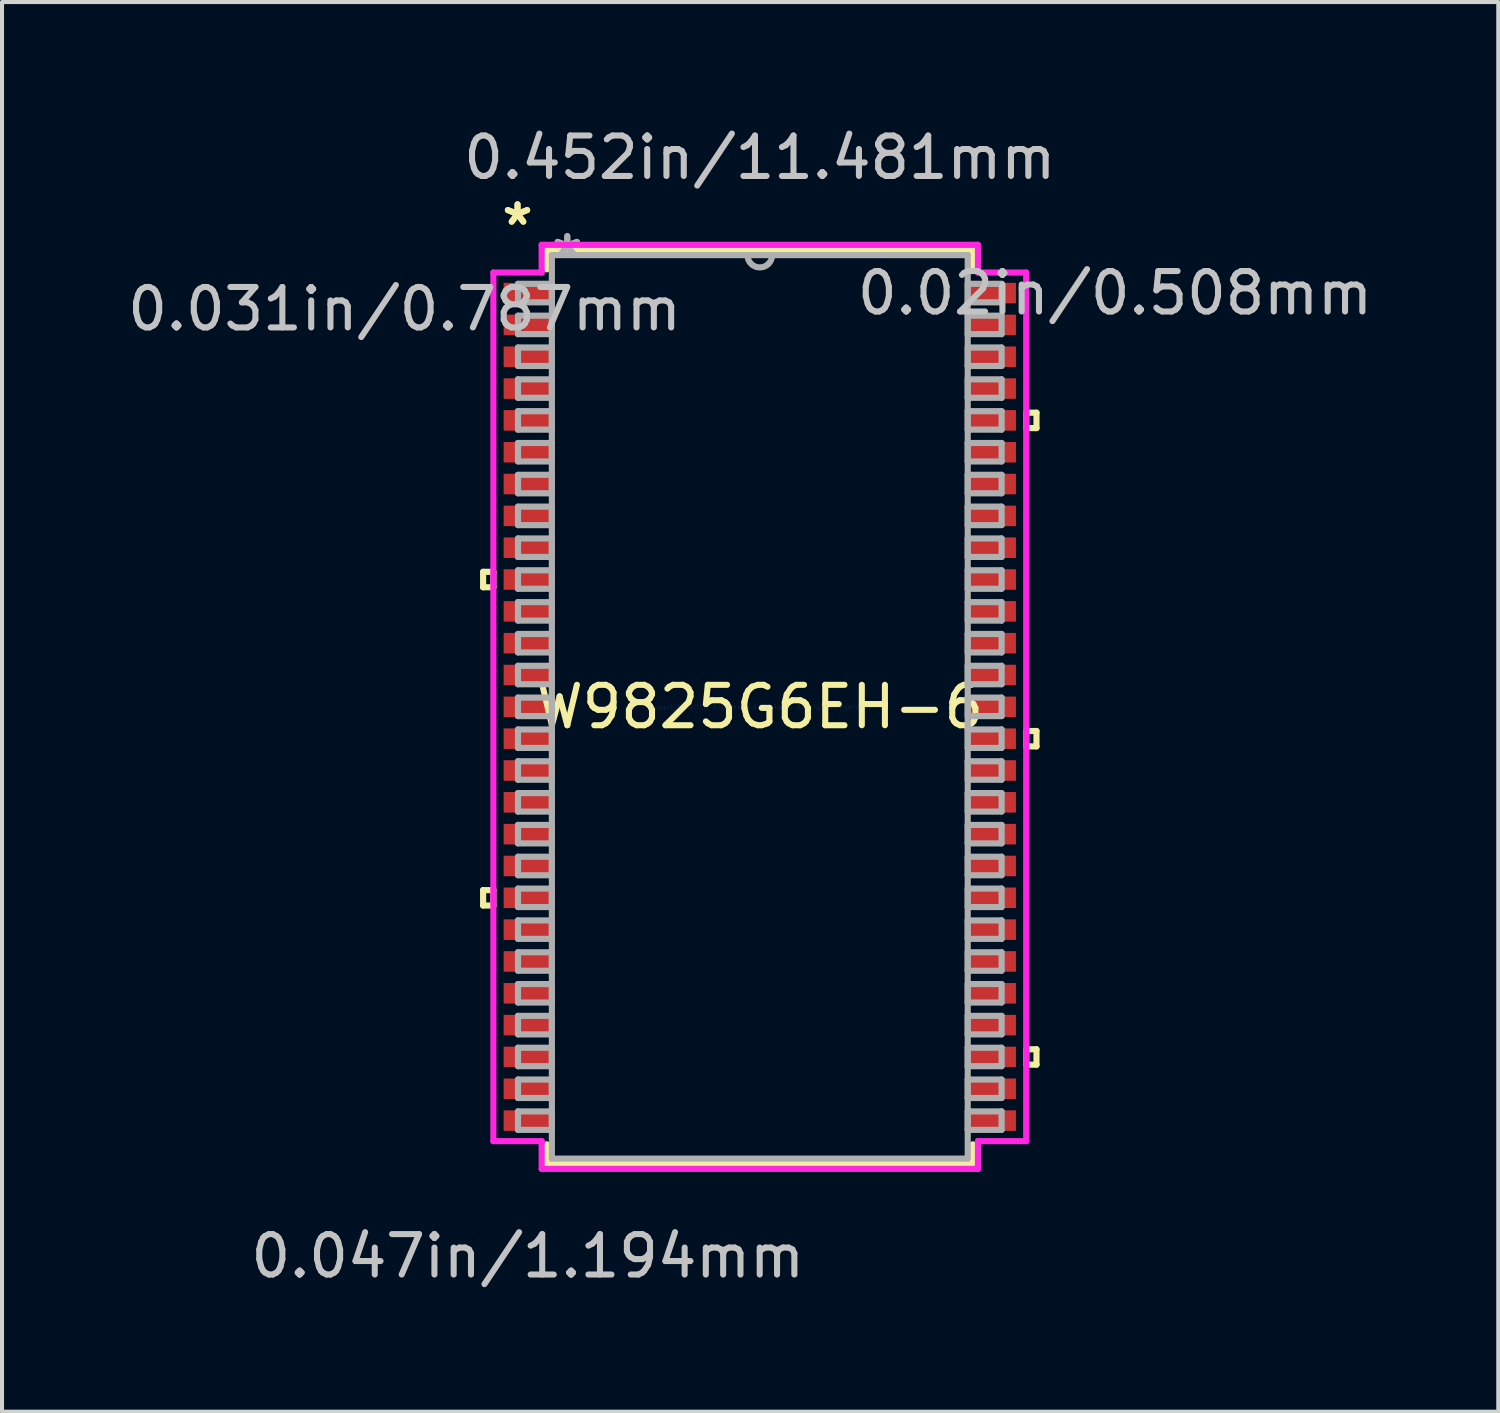
<source format=kicad_pcb>
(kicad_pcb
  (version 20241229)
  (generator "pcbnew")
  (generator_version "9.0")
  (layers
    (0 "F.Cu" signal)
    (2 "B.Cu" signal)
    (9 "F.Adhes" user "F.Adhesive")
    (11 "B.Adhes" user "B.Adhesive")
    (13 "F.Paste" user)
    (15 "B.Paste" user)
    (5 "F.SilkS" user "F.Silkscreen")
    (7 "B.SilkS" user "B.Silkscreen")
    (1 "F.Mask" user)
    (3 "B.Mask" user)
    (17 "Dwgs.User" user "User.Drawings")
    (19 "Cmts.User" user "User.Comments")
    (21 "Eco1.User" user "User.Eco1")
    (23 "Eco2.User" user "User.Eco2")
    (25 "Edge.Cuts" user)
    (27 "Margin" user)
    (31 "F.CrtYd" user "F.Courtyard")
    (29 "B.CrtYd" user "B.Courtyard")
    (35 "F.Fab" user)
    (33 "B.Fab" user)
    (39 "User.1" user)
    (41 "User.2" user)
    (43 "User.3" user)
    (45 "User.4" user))
  (footprint "W9825G6EH-6"
    (layer "F.Cu")
    (at 15.747 14.437)
    (property "Reference" "W9825G6EH-6" (at 0 0 0) (layer "F.SilkS") (effects (font (size 1 1) (thickness 0.15))))
    (attr through_hole)
    (fp_line (start -6.845 -3.34) (end -6.845 -2.959) (stroke (width 0.152) (type solid)) (layer "F.SilkS"))
    (fp_line (start -6.845 -2.959) (end -6.591 -2.959) (stroke (width 0.152) (type solid)) (layer "F.SilkS"))
    (fp_line (start -6.845 4.534) (end -6.845 4.915) (stroke (width 0.152) (type solid)) (layer "F.SilkS"))
    (fp_line (start -6.845 4.915) (end -6.591 4.915) (stroke (width 0.152) (type solid)) (layer "F.SilkS"))
    (fp_line (start -6.591 -3.34) (end -6.845 -3.34) (stroke (width 0.152) (type solid)) (layer "F.SilkS"))
    (fp_line (start -6.591 -2.959) (end -6.591 -3.34) (stroke (width 0.152) (type solid)) (layer "F.SilkS"))
    (fp_line (start -6.591 4.534) (end -6.845 4.534) (stroke (width 0.152) (type solid)) (layer "F.SilkS"))
    (fp_line (start -6.591 4.915) (end -6.591 4.534) (stroke (width 0.152) (type solid)) (layer "F.SilkS"))
    (fp_line (start -5.271 -11.303) (end -5.271 -10.823) (stroke (width 0.152) (type solid)) (layer "F.SilkS"))
    (fp_line (start -5.271 10.823) (end -5.271 11.303) (stroke (width 0.152) (type solid)) (layer "F.SilkS"))
    (fp_line (start -5.271 11.303) (end 5.271 11.303) (stroke (width 0.152) (type solid)) (layer "F.SilkS"))
    (fp_line (start 5.271 -11.303) (end -5.271 -11.303) (stroke (width 0.152) (type solid)) (layer "F.SilkS"))
    (fp_line (start 5.271 -10.823) (end 5.271 -11.303) (stroke (width 0.152) (type solid)) (layer "F.SilkS"))
    (fp_line (start 5.271 11.303) (end 5.271 10.823) (stroke (width 0.152) (type solid)) (layer "F.SilkS"))
    (fp_line (start 6.591 -7.277) (end 6.845 -7.277) (stroke (width 0.152) (type solid)) (layer "F.SilkS"))
    (fp_line (start 6.591 -6.896) (end 6.591 -7.277) (stroke (width 0.152) (type solid)) (layer "F.SilkS"))
    (fp_line (start 6.591 0.597) (end 6.845 0.597) (stroke (width 0.152) (type solid)) (layer "F.SilkS"))
    (fp_line (start 6.591 0.978) (end 6.591 0.597) (stroke (width 0.152) (type solid)) (layer "F.SilkS"))
    (fp_line (start 6.591 8.471) (end 6.845 8.471) (stroke (width 0.152) (type solid)) (layer "F.SilkS"))
    (fp_line (start 6.591 8.852) (end 6.591 8.471) (stroke (width 0.152) (type solid)) (layer "F.SilkS"))
    (fp_line (start 6.845 -7.277) (end 6.845 -6.896) (stroke (width 0.152) (type solid)) (layer "F.SilkS"))
    (fp_line (start 6.845 -6.896) (end 6.591 -6.896) (stroke (width 0.152) (type solid)) (layer "F.SilkS"))
    (fp_line (start 6.845 0.597) (end 6.845 0.978) (stroke (width 0.152) (type solid)) (layer "F.SilkS"))
    (fp_line (start 6.845 0.978) (end 6.591 0.978) (stroke (width 0.152) (type solid)) (layer "F.SilkS"))
    (fp_line (start 6.845 8.471) (end 6.845 8.852) (stroke (width 0.152) (type solid)) (layer "F.SilkS"))
    (fp_line (start 6.845 8.852) (end 6.591 8.852) (stroke (width 0.152) (type solid)) (layer "F.SilkS"))
    (fp_line (start -6.591 -10.744) (end -5.397 -10.744) (stroke (width 0.152) (type solid)) (layer "F.CrtYd"))
    (fp_line (start -6.591 10.744) (end -6.591 -10.744) (stroke (width 0.152) (type solid)) (layer "F.CrtYd"))
    (fp_line (start -5.397 -11.43) (end 5.397 -11.43) (stroke (width 0.152) (type solid)) (layer "F.CrtYd"))
    (fp_line (start -5.397 -10.744) (end -5.397 -11.43) (stroke (width 0.152) (type solid)) (layer "F.CrtYd"))
    (fp_line (start -5.397 10.744) (end -6.591 10.744) (stroke (width 0.152) (type solid)) (layer "F.CrtYd"))
    (fp_line (start -5.397 11.43) (end -5.397 10.744) (stroke (width 0.152) (type solid)) (layer "F.CrtYd"))
    (fp_line (start 5.397 -11.43) (end 5.397 -10.744) (stroke (width 0.152) (type solid)) (layer "F.CrtYd"))
    (fp_line (start 5.397 -10.744) (end 6.591 -10.744) (stroke (width 0.152) (type solid)) (layer "F.CrtYd"))
    (fp_line (start 5.397 10.744) (end 5.397 11.43) (stroke (width 0.152) (type solid)) (layer "F.CrtYd"))
    (fp_line (start 5.397 11.43) (end -5.397 11.43) (stroke (width 0.152) (type solid)) (layer "F.CrtYd"))
    (fp_line (start 6.591 -10.744) (end 6.591 10.744) (stroke (width 0.152) (type solid)) (layer "F.CrtYd"))
    (fp_line (start 6.591 10.744) (end 5.397 10.744) (stroke (width 0.152) (type solid)) (layer "F.CrtYd"))
    (fp_line (start -5.982 -10.465) (end -5.982 -10.008) (stroke (width 0.152) (type solid)) (layer "F.Fab"))
    (fp_line (start -5.982 -10.008) (end -5.144 -10.008) (stroke (width 0.152) (type solid)) (layer "F.Fab"))
    (fp_line (start -5.982 -9.677) (end -5.982 -9.22) (stroke (width 0.152) (type solid)) (layer "F.Fab"))
    (fp_line (start -5.982 -9.22) (end -5.144 -9.22) (stroke (width 0.152) (type solid)) (layer "F.Fab"))
    (fp_line (start -5.982 -8.89) (end -5.982 -8.433) (stroke (width 0.152) (type solid)) (layer "F.Fab"))
    (fp_line (start -5.982 -8.433) (end -5.144 -8.433) (stroke (width 0.152) (type solid)) (layer "F.Fab"))
    (fp_line (start -5.982 -8.103) (end -5.982 -7.645) (stroke (width 0.152) (type solid)) (layer "F.Fab"))
    (fp_line (start -5.982 -7.645) (end -5.144 -7.645) (stroke (width 0.152) (type solid)) (layer "F.Fab"))
    (fp_line (start -5.982 -7.315) (end -5.982 -6.858) (stroke (width 0.152) (type solid)) (layer "F.Fab"))
    (fp_line (start -5.982 -6.858) (end -5.144 -6.858) (stroke (width 0.152) (type solid)) (layer "F.Fab"))
    (fp_line (start -5.982 -6.528) (end -5.982 -6.071) (stroke (width 0.152) (type solid)) (layer "F.Fab"))
    (fp_line (start -5.982 -6.071) (end -5.144 -6.071) (stroke (width 0.152) (type solid)) (layer "F.Fab"))
    (fp_line (start -5.982 -5.74) (end -5.982 -5.283) (stroke (width 0.152) (type solid)) (layer "F.Fab"))
    (fp_line (start -5.982 -5.283) (end -5.144 -5.283) (stroke (width 0.152) (type solid)) (layer "F.Fab"))
    (fp_line (start -5.982 -4.953) (end -5.982 -4.496) (stroke (width 0.152) (type solid)) (layer "F.Fab"))
    (fp_line (start -5.982 -4.496) (end -5.144 -4.496) (stroke (width 0.152) (type solid)) (layer "F.Fab"))
    (fp_line (start -5.982 -4.166) (end -5.982 -3.708) (stroke (width 0.152) (type solid)) (layer "F.Fab"))
    (fp_line (start -5.982 -3.708) (end -5.144 -3.708) (stroke (width 0.152) (type solid)) (layer "F.Fab"))
    (fp_line (start -5.982 -3.378) (end -5.982 -2.921) (stroke (width 0.152) (type solid)) (layer "F.Fab"))
    (fp_line (start -5.982 -2.921) (end -5.144 -2.921) (stroke (width 0.152) (type solid)) (layer "F.Fab"))
    (fp_line (start -5.982 -2.591) (end -5.982 -2.134) (stroke (width 0.152) (type solid)) (layer "F.Fab"))
    (fp_line (start -5.982 -2.134) (end -5.144 -2.134) (stroke (width 0.152) (type solid)) (layer "F.Fab"))
    (fp_line (start -5.982 -1.803) (end -5.982 -1.346) (stroke (width 0.152) (type solid)) (layer "F.Fab"))
    (fp_line (start -5.982 -1.346) (end -5.144 -1.346) (stroke (width 0.152) (type solid)) (layer "F.Fab"))
    (fp_line (start -5.982 -1.016) (end -5.982 -0.559) (stroke (width 0.152) (type solid)) (layer "F.Fab"))
    (fp_line (start -5.982 -0.559) (end -5.144 -0.559) (stroke (width 0.152) (type solid)) (layer "F.Fab"))
    (fp_line (start -5.982 -0.229) (end -5.982 0.229) (stroke (width 0.152) (type solid)) (layer "F.Fab"))
    (fp_line (start -5.982 0.229) (end -5.144 0.229) (stroke (width 0.152) (type solid)) (layer "F.Fab"))
    (fp_line (start -5.982 0.559) (end -5.982 1.016) (stroke (width 0.152) (type solid)) (layer "F.Fab"))
    (fp_line (start -5.982 1.016) (end -5.144 1.016) (stroke (width 0.152) (type solid)) (layer "F.Fab"))
    (fp_line (start -5.982 1.346) (end -5.982 1.803) (stroke (width 0.152) (type solid)) (layer "F.Fab"))
    (fp_line (start -5.982 1.803) (end -5.144 1.803) (stroke (width 0.152) (type solid)) (layer "F.Fab"))
    (fp_line (start -5.982 2.134) (end -5.982 2.591) (stroke (width 0.152) (type solid)) (layer "F.Fab"))
    (fp_line (start -5.982 2.591) (end -5.144 2.591) (stroke (width 0.152) (type solid)) (layer "F.Fab"))
    (fp_line (start -5.982 2.921) (end -5.982 3.378) (stroke (width 0.152) (type solid)) (layer "F.Fab"))
    (fp_line (start -5.982 3.378) (end -5.144 3.378) (stroke (width 0.152) (type solid)) (layer "F.Fab"))
    (fp_line (start -5.982 3.708) (end -5.982 4.166) (stroke (width 0.152) (type solid)) (layer "F.Fab"))
    (fp_line (start -5.982 4.166) (end -5.144 4.166) (stroke (width 0.152) (type solid)) (layer "F.Fab"))
    (fp_line (start -5.982 4.496) (end -5.982 4.953) (stroke (width 0.152) (type solid)) (layer "F.Fab"))
    (fp_line (start -5.982 4.953) (end -5.144 4.953) (stroke (width 0.152) (type solid)) (layer "F.Fab"))
    (fp_line (start -5.982 5.283) (end -5.982 5.74) (stroke (width 0.152) (type solid)) (layer "F.Fab"))
    (fp_line (start -5.982 5.74) (end -5.144 5.74) (stroke (width 0.152) (type solid)) (layer "F.Fab"))
    (fp_line (start -5.982 6.071) (end -5.982 6.528) (stroke (width 0.152) (type solid)) (layer "F.Fab"))
    (fp_line (start -5.982 6.528) (end -5.144 6.528) (stroke (width 0.152) (type solid)) (layer "F.Fab"))
    (fp_line (start -5.982 6.858) (end -5.982 7.315) (stroke (width 0.152) (type solid)) (layer "F.Fab"))
    (fp_line (start -5.982 7.315) (end -5.144 7.315) (stroke (width 0.152) (type solid)) (layer "F.Fab"))
    (fp_line (start -5.982 7.645) (end -5.982 8.103) (stroke (width 0.152) (type solid)) (layer "F.Fab"))
    (fp_line (start -5.982 8.103) (end -5.144 8.103) (stroke (width 0.152) (type solid)) (layer "F.Fab"))
    (fp_line (start -5.982 8.433) (end -5.982 8.89) (stroke (width 0.152) (type solid)) (layer "F.Fab"))
    (fp_line (start -5.982 8.89) (end -5.144 8.89) (stroke (width 0.152) (type solid)) (layer "F.Fab"))
    (fp_line (start -5.982 9.22) (end -5.982 9.677) (stroke (width 0.152) (type solid)) (layer "F.Fab"))
    (fp_line (start -5.982 9.677) (end -5.144 9.677) (stroke (width 0.152) (type solid)) (layer "F.Fab"))
    (fp_line (start -5.982 10.008) (end -5.982 10.465) (stroke (width 0.152) (type solid)) (layer "F.Fab"))
    (fp_line (start -5.982 10.465) (end -5.144 10.465) (stroke (width 0.152) (type solid)) (layer "F.Fab"))
    (fp_line (start -5.144 -11.176) (end -5.144 11.176) (stroke (width 0.152) (type solid)) (layer "F.Fab"))
    (fp_line (start -5.144 -10.465) (end -5.982 -10.465) (stroke (width 0.152) (type solid)) (layer "F.Fab"))
    (fp_line (start -5.144 -10.008) (end -5.144 -10.465) (stroke (width 0.152) (type solid)) (layer "F.Fab"))
    (fp_line (start -5.144 -9.677) (end -5.982 -9.677) (stroke (width 0.152) (type solid)) (layer "F.Fab"))
    (fp_line (start -5.144 -9.22) (end -5.144 -9.677) (stroke (width 0.152) (type solid)) (layer "F.Fab"))
    (fp_line (start -5.144 -8.89) (end -5.982 -8.89) (stroke (width 0.152) (type solid)) (layer "F.Fab"))
    (fp_line (start -5.144 -8.433) (end -5.144 -8.89) (stroke (width 0.152) (type solid)) (layer "F.Fab"))
    (fp_line (start -5.144 -8.103) (end -5.982 -8.103) (stroke (width 0.152) (type solid)) (layer "F.Fab"))
    (fp_line (start -5.144 -7.645) (end -5.144 -8.103) (stroke (width 0.152) (type solid)) (layer "F.Fab"))
    (fp_line (start -5.144 -7.315) (end -5.982 -7.315) (stroke (width 0.152) (type solid)) (layer "F.Fab"))
    (fp_line (start -5.144 -6.858) (end -5.144 -7.315) (stroke (width 0.152) (type solid)) (layer "F.Fab"))
    (fp_line (start -5.144 -6.528) (end -5.982 -6.528) (stroke (width 0.152) (type solid)) (layer "F.Fab"))
    (fp_line (start -5.144 -6.071) (end -5.144 -6.528) (stroke (width 0.152) (type solid)) (layer "F.Fab"))
    (fp_line (start -5.144 -5.74) (end -5.982 -5.74) (stroke (width 0.152) (type solid)) (layer "F.Fab"))
    (fp_line (start -5.144 -5.283) (end -5.144 -5.74) (stroke (width 0.152) (type solid)) (layer "F.Fab"))
    (fp_line (start -5.144 -4.953) (end -5.982 -4.953) (stroke (width 0.152) (type solid)) (layer "F.Fab"))
    (fp_line (start -5.144 -4.496) (end -5.144 -4.953) (stroke (width 0.152) (type solid)) (layer "F.Fab"))
    (fp_line (start -5.144 -4.166) (end -5.982 -4.166) (stroke (width 0.152) (type solid)) (layer "F.Fab"))
    (fp_line (start -5.144 -3.708) (end -5.144 -4.166) (stroke (width 0.152) (type solid)) (layer "F.Fab"))
    (fp_line (start -5.144 -3.378) (end -5.982 -3.378) (stroke (width 0.152) (type solid)) (layer "F.Fab"))
    (fp_line (start -5.144 -2.921) (end -5.144 -3.378) (stroke (width 0.152) (type solid)) (layer "F.Fab"))
    (fp_line (start -5.144 -2.591) (end -5.982 -2.591) (stroke (width 0.152) (type solid)) (layer "F.Fab"))
    (fp_line (start -5.144 -2.134) (end -5.144 -2.591) (stroke (width 0.152) (type solid)) (layer "F.Fab"))
    (fp_line (start -5.144 -1.803) (end -5.982 -1.803) (stroke (width 0.152) (type solid)) (layer "F.Fab"))
    (fp_line (start -5.144 -1.346) (end -5.144 -1.803) (stroke (width 0.152) (type solid)) (layer "F.Fab"))
    (fp_line (start -5.144 -1.016) (end -5.982 -1.016) (stroke (width 0.152) (type solid)) (layer "F.Fab"))
    (fp_line (start -5.144 -0.559) (end -5.144 -1.016) (stroke (width 0.152) (type solid)) (layer "F.Fab"))
    (fp_line (start -5.144 -0.229) (end -5.982 -0.229) (stroke (width 0.152) (type solid)) (layer "F.Fab"))
    (fp_line (start -5.144 0.229) (end -5.144 -0.229) (stroke (width 0.152) (type solid)) (layer "F.Fab"))
    (fp_line (start -5.144 0.559) (end -5.982 0.559) (stroke (width 0.152) (type solid)) (layer "F.Fab"))
    (fp_line (start -5.144 1.016) (end -5.144 0.559) (stroke (width 0.152) (type solid)) (layer "F.Fab"))
    (fp_line (start -5.144 1.346) (end -5.982 1.346) (stroke (width 0.152) (type solid)) (layer "F.Fab"))
    (fp_line (start -5.144 1.803) (end -5.144 1.346) (stroke (width 0.152) (type solid)) (layer "F.Fab"))
    (fp_line (start -5.144 2.134) (end -5.982 2.134) (stroke (width 0.152) (type solid)) (layer "F.Fab"))
    (fp_line (start -5.144 2.591) (end -5.144 2.134) (stroke (width 0.152) (type solid)) (layer "F.Fab"))
    (fp_line (start -5.144 2.921) (end -5.982 2.921) (stroke (width 0.152) (type solid)) (layer "F.Fab"))
    (fp_line (start -5.144 3.378) (end -5.144 2.921) (stroke (width 0.152) (type solid)) (layer "F.Fab"))
    (fp_line (start -5.144 3.708) (end -5.982 3.708) (stroke (width 0.152) (type solid)) (layer "F.Fab"))
    (fp_line (start -5.144 4.166) (end -5.144 3.708) (stroke (width 0.152) (type solid)) (layer "F.Fab"))
    (fp_line (start -5.144 4.496) (end -5.982 4.496) (stroke (width 0.152) (type solid)) (layer "F.Fab"))
    (fp_line (start -5.144 4.953) (end -5.144 4.496) (stroke (width 0.152) (type solid)) (layer "F.Fab"))
    (fp_line (start -5.144 5.283) (end -5.982 5.283) (stroke (width 0.152) (type solid)) (layer "F.Fab"))
    (fp_line (start -5.144 5.74) (end -5.144 5.283) (stroke (width 0.152) (type solid)) (layer "F.Fab"))
    (fp_line (start -5.144 6.071) (end -5.982 6.071) (stroke (width 0.152) (type solid)) (layer "F.Fab"))
    (fp_line (start -5.144 6.528) (end -5.144 6.071) (stroke (width 0.152) (type solid)) (layer "F.Fab"))
    (fp_line (start -5.144 6.858) (end -5.982 6.858) (stroke (width 0.152) (type solid)) (layer "F.Fab"))
    (fp_line (start -5.144 7.315) (end -5.144 6.858) (stroke (width 0.152) (type solid)) (layer "F.Fab"))
    (fp_line (start -5.144 7.645) (end -5.982 7.645) (stroke (width 0.152) (type solid)) (layer "F.Fab"))
    (fp_line (start -5.144 8.103) (end -5.144 7.645) (stroke (width 0.152) (type solid)) (layer "F.Fab"))
    (fp_line (start -5.144 8.433) (end -5.982 8.433) (stroke (width 0.152) (type solid)) (layer "F.Fab"))
    (fp_line (start -5.144 8.89) (end -5.144 8.433) (stroke (width 0.152) (type solid)) (layer "F.Fab"))
    (fp_line (start -5.144 9.22) (end -5.982 9.22) (stroke (width 0.152) (type solid)) (layer "F.Fab"))
    (fp_line (start -5.144 9.677) (end -5.144 9.22) (stroke (width 0.152) (type solid)) (layer "F.Fab"))
    (fp_line (start -5.144 10.008) (end -5.982 10.008) (stroke (width 0.152) (type solid)) (layer "F.Fab"))
    (fp_line (start -5.144 10.465) (end -5.144 10.008) (stroke (width 0.152) (type solid)) (layer "F.Fab"))
    (fp_line (start -5.144 11.176) (end 5.144 11.176) (stroke (width 0.152) (type solid)) (layer "F.Fab"))
    (fp_line (start 5.144 -11.176) (end -5.144 -11.176) (stroke (width 0.152) (type solid)) (layer "F.Fab"))
    (fp_line (start 5.144 -10.465) (end 5.144 -10.008) (stroke (width 0.152) (type solid)) (layer "F.Fab"))
    (fp_line (start 5.144 -10.008) (end 5.982 -10.008) (stroke (width 0.152) (type solid)) (layer "F.Fab"))
    (fp_line (start 5.144 -9.677) (end 5.144 -9.22) (stroke (width 0.152) (type solid)) (layer "F.Fab"))
    (fp_line (start 5.144 -9.22) (end 5.982 -9.22) (stroke (width 0.152) (type solid)) (layer "F.Fab"))
    (fp_line (start 5.144 -8.89) (end 5.144 -8.433) (stroke (width 0.152) (type solid)) (layer "F.Fab"))
    (fp_line (start 5.144 -8.433) (end 5.982 -8.433) (stroke (width 0.152) (type solid)) (layer "F.Fab"))
    (fp_line (start 5.144 -8.103) (end 5.144 -7.645) (stroke (width 0.152) (type solid)) (layer "F.Fab"))
    (fp_line (start 5.144 -7.645) (end 5.982 -7.645) (stroke (width 0.152) (type solid)) (layer "F.Fab"))
    (fp_line (start 5.144 -7.315) (end 5.144 -6.858) (stroke (width 0.152) (type solid)) (layer "F.Fab"))
    (fp_line (start 5.144 -6.858) (end 5.982 -6.858) (stroke (width 0.152) (type solid)) (layer "F.Fab"))
    (fp_line (start 5.144 -6.528) (end 5.144 -6.071) (stroke (width 0.152) (type solid)) (layer "F.Fab"))
    (fp_line (start 5.144 -6.071) (end 5.982 -6.071) (stroke (width 0.152) (type solid)) (layer "F.Fab"))
    (fp_line (start 5.144 -5.74) (end 5.144 -5.283) (stroke (width 0.152) (type solid)) (layer "F.Fab"))
    (fp_line (start 5.144 -5.283) (end 5.982 -5.283) (stroke (width 0.152) (type solid)) (layer "F.Fab"))
    (fp_line (start 5.144 -4.953) (end 5.144 -4.496) (stroke (width 0.152) (type solid)) (layer "F.Fab"))
    (fp_line (start 5.144 -4.496) (end 5.982 -4.496) (stroke (width 0.152) (type solid)) (layer "F.Fab"))
    (fp_line (start 5.144 -4.166) (end 5.144 -3.708) (stroke (width 0.152) (type solid)) (layer "F.Fab"))
    (fp_line (start 5.144 -3.708) (end 5.982 -3.708) (stroke (width 0.152) (type solid)) (layer "F.Fab"))
    (fp_line (start 5.144 -3.378) (end 5.144 -2.921) (stroke (width 0.152) (type solid)) (layer "F.Fab"))
    (fp_line (start 5.144 -2.921) (end 5.982 -2.921) (stroke (width 0.152) (type solid)) (layer "F.Fab"))
    (fp_line (start 5.144 -2.591) (end 5.144 -2.134) (stroke (width 0.152) (type solid)) (layer "F.Fab"))
    (fp_line (start 5.144 -2.134) (end 5.982 -2.134) (stroke (width 0.152) (type solid)) (layer "F.Fab"))
    (fp_line (start 5.144 -1.803) (end 5.144 -1.346) (stroke (width 0.152) (type solid)) (layer "F.Fab"))
    (fp_line (start 5.144 -1.346) (end 5.982 -1.346) (stroke (width 0.152) (type solid)) (layer "F.Fab"))
    (fp_line (start 5.144 -1.016) (end 5.144 -0.559) (stroke (width 0.152) (type solid)) (layer "F.Fab"))
    (fp_line (start 5.144 -0.559) (end 5.982 -0.559) (stroke (width 0.152) (type solid)) (layer "F.Fab"))
    (fp_line (start 5.144 -0.229) (end 5.144 0.229) (stroke (width 0.152) (type solid)) (layer "F.Fab"))
    (fp_line (start 5.144 0.229) (end 5.982 0.229) (stroke (width 0.152) (type solid)) (layer "F.Fab"))
    (fp_line (start 5.144 0.559) (end 5.144 1.016) (stroke (width 0.152) (type solid)) (layer "F.Fab"))
    (fp_line (start 5.144 1.016) (end 5.982 1.016) (stroke (width 0.152) (type solid)) (layer "F.Fab"))
    (fp_line (start 5.144 1.346) (end 5.144 1.803) (stroke (width 0.152) (type solid)) (layer "F.Fab"))
    (fp_line (start 5.144 1.803) (end 5.982 1.803) (stroke (width 0.152) (type solid)) (layer "F.Fab"))
    (fp_line (start 5.144 2.134) (end 5.144 2.591) (stroke (width 0.152) (type solid)) (layer "F.Fab"))
    (fp_line (start 5.144 2.591) (end 5.982 2.591) (stroke (width 0.152) (type solid)) (layer "F.Fab"))
    (fp_line (start 5.144 2.921) (end 5.144 3.378) (stroke (width 0.152) (type solid)) (layer "F.Fab"))
    (fp_line (start 5.144 3.378) (end 5.982 3.378) (stroke (width 0.152) (type solid)) (layer "F.Fab"))
    (fp_line (start 5.144 3.708) (end 5.144 4.166) (stroke (width 0.152) (type solid)) (layer "F.Fab"))
    (fp_line (start 5.144 4.166) (end 5.982 4.166) (stroke (width 0.152) (type solid)) (layer "F.Fab"))
    (fp_line (start 5.144 4.496) (end 5.144 4.953) (stroke (width 0.152) (type solid)) (layer "F.Fab"))
    (fp_line (start 5.144 4.953) (end 5.982 4.953) (stroke (width 0.152) (type solid)) (layer "F.Fab"))
    (fp_line (start 5.144 5.283) (end 5.144 5.74) (stroke (width 0.152) (type solid)) (layer "F.Fab"))
    (fp_line (start 5.144 5.74) (end 5.982 5.74) (stroke (width 0.152) (type solid)) (layer "F.Fab"))
    (fp_line (start 5.144 6.071) (end 5.144 6.528) (stroke (width 0.152) (type solid)) (layer "F.Fab"))
    (fp_line (start 5.144 6.528) (end 5.982 6.528) (stroke (width 0.152) (type solid)) (layer "F.Fab"))
    (fp_line (start 5.144 6.858) (end 5.144 7.315) (stroke (width 0.152) (type solid)) (layer "F.Fab"))
    (fp_line (start 5.144 7.315) (end 5.982 7.315) (stroke (width 0.152) (type solid)) (layer "F.Fab"))
    (fp_line (start 5.144 7.645) (end 5.144 8.103) (stroke (width 0.152) (type solid)) (layer "F.Fab"))
    (fp_line (start 5.144 8.103) (end 5.982 8.103) (stroke (width 0.152) (type solid)) (layer "F.Fab"))
    (fp_line (start 5.144 8.433) (end 5.144 8.89) (stroke (width 0.152) (type solid)) (layer "F.Fab"))
    (fp_line (start 5.144 8.89) (end 5.982 8.89) (stroke (width 0.152) (type solid)) (layer "F.Fab"))
    (fp_line (start 5.144 9.22) (end 5.144 9.677) (stroke (width 0.152) (type solid)) (layer "F.Fab"))
    (fp_line (start 5.144 9.677) (end 5.982 9.677) (stroke (width 0.152) (type solid)) (layer "F.Fab"))
    (fp_line (start 5.144 10.008) (end 5.144 10.465) (stroke (width 0.152) (type solid)) (layer "F.Fab"))
    (fp_line (start 5.144 10.465) (end 5.982 10.465) (stroke (width 0.152) (type solid)) (layer "F.Fab"))
    (fp_line (start 5.144 11.176) (end 5.144 -11.176) (stroke (width 0.152) (type solid)) (layer "F.Fab"))
    (fp_line (start 5.982 -10.465) (end 5.144 -10.465) (stroke (width 0.152) (type solid)) (layer "F.Fab"))
    (fp_line (start 5.982 -10.008) (end 5.982 -10.465) (stroke (width 0.152) (type solid)) (layer "F.Fab"))
    (fp_line (start 5.982 -9.677) (end 5.144 -9.677) (stroke (width 0.152) (type solid)) (layer "F.Fab"))
    (fp_line (start 5.982 -9.22) (end 5.982 -9.677) (stroke (width 0.152) (type solid)) (layer "F.Fab"))
    (fp_line (start 5.982 -8.89) (end 5.144 -8.89) (stroke (width 0.152) (type solid)) (layer "F.Fab"))
    (fp_line (start 5.982 -8.433) (end 5.982 -8.89) (stroke (width 0.152) (type solid)) (layer "F.Fab"))
    (fp_line (start 5.982 -8.103) (end 5.144 -8.103) (stroke (width 0.152) (type solid)) (layer "F.Fab"))
    (fp_line (start 5.982 -7.645) (end 5.982 -8.103) (stroke (width 0.152) (type solid)) (layer "F.Fab"))
    (fp_line (start 5.982 -7.315) (end 5.144 -7.315) (stroke (width 0.152) (type solid)) (layer "F.Fab"))
    (fp_line (start 5.982 -6.858) (end 5.982 -7.315) (stroke (width 0.152) (type solid)) (layer "F.Fab"))
    (fp_line (start 5.982 -6.528) (end 5.144 -6.528) (stroke (width 0.152) (type solid)) (layer "F.Fab"))
    (fp_line (start 5.982 -6.071) (end 5.982 -6.528) (stroke (width 0.152) (type solid)) (layer "F.Fab"))
    (fp_line (start 5.982 -5.74) (end 5.144 -5.74) (stroke (width 0.152) (type solid)) (layer "F.Fab"))
    (fp_line (start 5.982 -5.283) (end 5.982 -5.74) (stroke (width 0.152) (type solid)) (layer "F.Fab"))
    (fp_line (start 5.982 -4.953) (end 5.144 -4.953) (stroke (width 0.152) (type solid)) (layer "F.Fab"))
    (fp_line (start 5.982 -4.496) (end 5.982 -4.953) (stroke (width 0.152) (type solid)) (layer "F.Fab"))
    (fp_line (start 5.982 -4.166) (end 5.144 -4.166) (stroke (width 0.152) (type solid)) (layer "F.Fab"))
    (fp_line (start 5.982 -3.708) (end 5.982 -4.166) (stroke (width 0.152) (type solid)) (layer "F.Fab"))
    (fp_line (start 5.982 -3.378) (end 5.144 -3.378) (stroke (width 0.152) (type solid)) (layer "F.Fab"))
    (fp_line (start 5.982 -2.921) (end 5.982 -3.378) (stroke (width 0.152) (type solid)) (layer "F.Fab"))
    (fp_line (start 5.982 -2.591) (end 5.144 -2.591) (stroke (width 0.152) (type solid)) (layer "F.Fab"))
    (fp_line (start 5.982 -2.134) (end 5.982 -2.591) (stroke (width 0.152) (type solid)) (layer "F.Fab"))
    (fp_line (start 5.982 -1.803) (end 5.144 -1.803) (stroke (width 0.152) (type solid)) (layer "F.Fab"))
    (fp_line (start 5.982 -1.346) (end 5.982 -1.803) (stroke (width 0.152) (type solid)) (layer "F.Fab"))
    (fp_line (start 5.982 -1.016) (end 5.144 -1.016) (stroke (width 0.152) (type solid)) (layer "F.Fab"))
    (fp_line (start 5.982 -0.559) (end 5.982 -1.016) (stroke (width 0.152) (type solid)) (layer "F.Fab"))
    (fp_line (start 5.982 -0.229) (end 5.144 -0.229) (stroke (width 0.152) (type solid)) (layer "F.Fab"))
    (fp_line (start 5.982 0.229) (end 5.982 -0.229) (stroke (width 0.152) (type solid)) (layer "F.Fab"))
    (fp_line (start 5.982 0.559) (end 5.144 0.559) (stroke (width 0.152) (type solid)) (layer "F.Fab"))
    (fp_line (start 5.982 1.016) (end 5.982 0.559) (stroke (width 0.152) (type solid)) (layer "F.Fab"))
    (fp_line (start 5.982 1.346) (end 5.144 1.346) (stroke (width 0.152) (type solid)) (layer "F.Fab"))
    (fp_line (start 5.982 1.803) (end 5.982 1.346) (stroke (width 0.152) (type solid)) (layer "F.Fab"))
    (fp_line (start 5.982 2.134) (end 5.144 2.134) (stroke (width 0.152) (type solid)) (layer "F.Fab"))
    (fp_line (start 5.982 2.591) (end 5.982 2.134) (stroke (width 0.152) (type solid)) (layer "F.Fab"))
    (fp_line (start 5.982 2.921) (end 5.144 2.921) (stroke (width 0.152) (type solid)) (layer "F.Fab"))
    (fp_line (start 5.982 3.378) (end 5.982 2.921) (stroke (width 0.152) (type solid)) (layer "F.Fab"))
    (fp_line (start 5.982 3.708) (end 5.144 3.708) (stroke (width 0.152) (type solid)) (layer "F.Fab"))
    (fp_line (start 5.982 4.166) (end 5.982 3.708) (stroke (width 0.152) (type solid)) (layer "F.Fab"))
    (fp_line (start 5.982 4.496) (end 5.144 4.496) (stroke (width 0.152) (type solid)) (layer "F.Fab"))
    (fp_line (start 5.982 4.953) (end 5.982 4.496) (stroke (width 0.152) (type solid)) (layer "F.Fab"))
    (fp_line (start 5.982 5.283) (end 5.144 5.283) (stroke (width 0.152) (type solid)) (layer "F.Fab"))
    (fp_line (start 5.982 5.74) (end 5.982 5.283) (stroke (width 0.152) (type solid)) (layer "F.Fab"))
    (fp_line (start 5.982 6.071) (end 5.144 6.071) (stroke (width 0.152) (type solid)) (layer "F.Fab"))
    (fp_line (start 5.982 6.528) (end 5.982 6.071) (stroke (width 0.152) (type solid)) (layer "F.Fab"))
    (fp_line (start 5.982 6.858) (end 5.144 6.858) (stroke (width 0.152) (type solid)) (layer "F.Fab"))
    (fp_line (start 5.982 7.315) (end 5.982 6.858) (stroke (width 0.152) (type solid)) (layer "F.Fab"))
    (fp_line (start 5.982 7.645) (end 5.144 7.645) (stroke (width 0.152) (type solid)) (layer "F.Fab"))
    (fp_line (start 5.982 8.103) (end 5.982 7.645) (stroke (width 0.152) (type solid)) (layer "F.Fab"))
    (fp_line (start 5.982 8.433) (end 5.144 8.433) (stroke (width 0.152) (type solid)) (layer "F.Fab"))
    (fp_line (start 5.982 8.89) (end 5.982 8.433) (stroke (width 0.152) (type solid)) (layer "F.Fab"))
    (fp_line (start 5.982 9.22) (end 5.144 9.22) (stroke (width 0.152) (type solid)) (layer "F.Fab"))
    (fp_line (start 5.982 9.677) (end 5.982 9.22) (stroke (width 0.152) (type solid)) (layer "F.Fab"))
    (fp_line (start 5.982 10.008) (end 5.144 10.008) (stroke (width 0.152) (type solid)) (layer "F.Fab"))
    (fp_line (start 5.982 10.465) (end 5.982 10.008) (stroke (width 0.152) (type solid)) (layer "F.Fab"))
    (fp_arc (start 0.3048 -11.176) (mid 0 -10.8712) (end -0.3048 -11.176) (stroke (width 0.1524) (type solid)) (layer "F.Fab"))
    (fp_text user "*" (at -5.994 -11.887 0) (layer "F.SilkS") (effects (font (size 1 1) (thickness 0.15))))
    (fp_text user "*" (at -5.994 -11.887 0) (layer "F.SilkS") (effects (font (size 1 1) (thickness 0.15))))
    (fp_text user "0.02in/0.508mm" (at 8.788 -10.236 0) (layer "Dwgs.User") (effects (font (size 1 1) (thickness 0.15))))
    (fp_text user "0.047in/1.194mm" (at -5.74 13.589 0) (layer "Dwgs.User") (effects (font (size 1 1) (thickness 0.15))))
    (fp_text user "0.452in/11.481mm" (at 0 -13.589 0) (layer "Dwgs.User") (effects (font (size 1 1) (thickness 0.15))))
    (fp_text user "0.031in/0.787mm" (at -8.788 -9.842 0) (layer "Dwgs.User") (effects (font (size 1 1) (thickness 0.15))))
    (fp_text user "Copyright 2016 Accelerated Designs. All rights reserved." (at 0 0 0) (layer "Cmts.User") (effects (font (size 0.127 0.127) (thickness 0.002))))
    (fp_text user "*" (at -4.763 -11.1 0) (layer "F.Fab") (effects (font (size 1 1) (thickness 0.15))))
    (fp_text user "*" (at -4.763 -11.1 0) (layer "F.Fab") (effects (font (size 1 1) (thickness 0.15))))
    (pad "1" smd rect (at -5.74 -10.236) (size 1.194 0.508) (layers "F.Cu" "F.Mask" "F.Paste"))
    (pad "2" smd rect (at -5.74 -9.449) (size 1.194 0.508) (layers "F.Cu" "F.Mask" "F.Paste"))
    (pad "3" smd rect (at -5.74 -8.661) (size 1.194 0.508) (layers "F.Cu" "F.Mask" "F.Paste"))
    (pad "4" smd rect (at -5.74 -7.874) (size 1.194 0.508) (layers "F.Cu" "F.Mask" "F.Paste"))
    (pad "5" smd rect (at -5.74 -7.087) (size 1.194 0.508) (layers "F.Cu" "F.Mask" "F.Paste"))
    (pad "6" smd rect (at -5.74 -6.299) (size 1.194 0.508) (layers "F.Cu" "F.Mask" "F.Paste"))
    (pad "7" smd rect (at -5.74 -5.512) (size 1.194 0.508) (layers "F.Cu" "F.Mask" "F.Paste"))
    (pad "8" smd rect (at -5.74 -4.724) (size 1.194 0.508) (layers "F.Cu" "F.Mask" "F.Paste"))
    (pad "9" smd rect (at -5.74 -3.937) (size 1.194 0.508) (layers "F.Cu" "F.Mask" "F.Paste"))
    (pad "10" smd rect (at -5.74 -3.15) (size 1.194 0.508) (layers "F.Cu" "F.Mask" "F.Paste"))
    (pad "11" smd rect (at -5.74 -2.362) (size 1.194 0.508) (layers "F.Cu" "F.Mask" "F.Paste"))
    (pad "12" smd rect (at -5.74 -1.575) (size 1.194 0.508) (layers "F.Cu" "F.Mask" "F.Paste"))
    (pad "13" smd rect (at -5.74 -0.787) (size 1.194 0.508) (layers "F.Cu" "F.Mask" "F.Paste"))
    (pad "14" smd rect (at -5.74 0) (size 1.194 0.508) (layers "F.Cu" "F.Mask" "F.Paste"))
    (pad "15" smd rect (at -5.74 0.787) (size 1.194 0.508) (layers "F.Cu" "F.Mask" "F.Paste"))
    (pad "16" smd rect (at -5.74 1.575) (size 1.194 0.508) (layers "F.Cu" "F.Mask" "F.Paste"))
    (pad "17" smd rect (at -5.74 2.362) (size 1.194 0.508) (layers "F.Cu" "F.Mask" "F.Paste"))
    (pad "18" smd rect (at -5.74 3.15) (size 1.194 0.508) (layers "F.Cu" "F.Mask" "F.Paste"))
    (pad "19" smd rect (at -5.74 3.937) (size 1.194 0.508) (layers "F.Cu" "F.Mask" "F.Paste"))
    (pad "20" smd rect (at -5.74 4.724) (size 1.194 0.508) (layers "F.Cu" "F.Mask" "F.Paste"))
    (pad "21" smd rect (at -5.74 5.512) (size 1.194 0.508) (layers "F.Cu" "F.Mask" "F.Paste"))
    (pad "22" smd rect (at -5.74 6.299) (size 1.194 0.508) (layers "F.Cu" "F.Mask" "F.Paste"))
    (pad "23" smd rect (at -5.74 7.087) (size 1.194 0.508) (layers "F.Cu" "F.Mask" "F.Paste"))
    (pad "24" smd rect (at -5.74 7.874) (size 1.194 0.508) (layers "F.Cu" "F.Mask" "F.Paste"))
    (pad "25" smd rect (at -5.74 8.661) (size 1.194 0.508) (layers "F.Cu" "F.Mask" "F.Paste"))
    (pad "26" smd rect (at -5.74 9.449) (size 1.194 0.508) (layers "F.Cu" "F.Mask" "F.Paste"))
    (pad "27" smd rect (at -5.74 10.236) (size 1.194 0.508) (layers "F.Cu" "F.Mask" "F.Paste"))
    (pad "28" smd rect (at 5.74 10.236) (size 1.194 0.508) (layers "F.Cu" "F.Mask" "F.Paste"))
    (pad "29" smd rect (at 5.74 9.449) (size 1.194 0.508) (layers "F.Cu" "F.Mask" "F.Paste"))
    (pad "30" smd rect (at 5.74 8.661) (size 1.194 0.508) (layers "F.Cu" "F.Mask" "F.Paste"))
    (pad "31" smd rect (at 5.74 7.874) (size 1.194 0.508) (layers "F.Cu" "F.Mask" "F.Paste"))
    (pad "32" smd rect (at 5.74 7.087) (size 1.194 0.508) (layers "F.Cu" "F.Mask" "F.Paste"))
    (pad "33" smd rect (at 5.74 6.299) (size 1.194 0.508) (layers "F.Cu" "F.Mask" "F.Paste"))
    (pad "34" smd rect (at 5.74 5.512) (size 1.194 0.508) (layers "F.Cu" "F.Mask" "F.Paste"))
    (pad "35" smd rect (at 5.74 4.724) (size 1.194 0.508) (layers "F.Cu" "F.Mask" "F.Paste"))
    (pad "36" smd rect (at 5.74 3.937) (size 1.194 0.508) (layers "F.Cu" "F.Mask" "F.Paste"))
    (pad "37" smd rect (at 5.74 3.15) (size 1.194 0.508) (layers "F.Cu" "F.Mask" "F.Paste"))
    (pad "38" smd rect (at 5.74 2.362) (size 1.194 0.508) (layers "F.Cu" "F.Mask" "F.Paste"))
    (pad "39" smd rect (at 5.74 1.575) (size 1.194 0.508) (layers "F.Cu" "F.Mask" "F.Paste"))
    (pad "40" smd rect (at 5.74 0.787) (size 1.194 0.508) (layers "F.Cu" "F.Mask" "F.Paste"))
    (pad "41" smd rect (at 5.74 0) (size 1.194 0.508) (layers "F.Cu" "F.Mask" "F.Paste"))
    (pad "42" smd rect (at 5.74 -0.787) (size 1.194 0.508) (layers "F.Cu" "F.Mask" "F.Paste"))
    (pad "43" smd rect (at 5.74 -1.575) (size 1.194 0.508) (layers "F.Cu" "F.Mask" "F.Paste"))
    (pad "44" smd rect (at 5.74 -2.362) (size 1.194 0.508) (layers "F.Cu" "F.Mask" "F.Paste"))
    (pad "45" smd rect (at 5.74 -3.15) (size 1.194 0.508) (layers "F.Cu" "F.Mask" "F.Paste"))
    (pad "46" smd rect (at 5.74 -3.937) (size 1.194 0.508) (layers "F.Cu" "F.Mask" "F.Paste"))
    (pad "47" smd rect (at 5.74 -4.724) (size 1.194 0.508) (layers "F.Cu" "F.Mask" "F.Paste"))
    (pad "48" smd rect (at 5.74 -5.512) (size 1.194 0.508) (layers "F.Cu" "F.Mask" "F.Paste"))
    (pad "49" smd rect (at 5.74 -6.299) (size 1.194 0.508) (layers "F.Cu" "F.Mask" "F.Paste"))
    (pad "50" smd rect (at 5.74 -7.087) (size 1.194 0.508) (layers "F.Cu" "F.Mask" "F.Paste"))
    (pad "51" smd rect (at 5.74 -7.874) (size 1.194 0.508) (layers "F.Cu" "F.Mask" "F.Paste"))
    (pad "52" smd rect (at 5.74 -8.661) (size 1.194 0.508) (layers "F.Cu" "F.Mask" "F.Paste"))
    (pad "53" smd rect (at 5.74 -9.449) (size 1.194 0.508) (layers "F.Cu" "F.Mask" "F.Paste"))
    (pad "54" smd rect (at 5.74 -10.236) (size 1.194 0.508) (layers "F.Cu" "F.Mask" "F.Paste")))
  (gr_rect
    (start -3 -3)
    (end 34.017 31.875)
    (stroke (width 0.1) (type default))
    (fill no)
    (layer "Edge.Cuts")))
</source>
